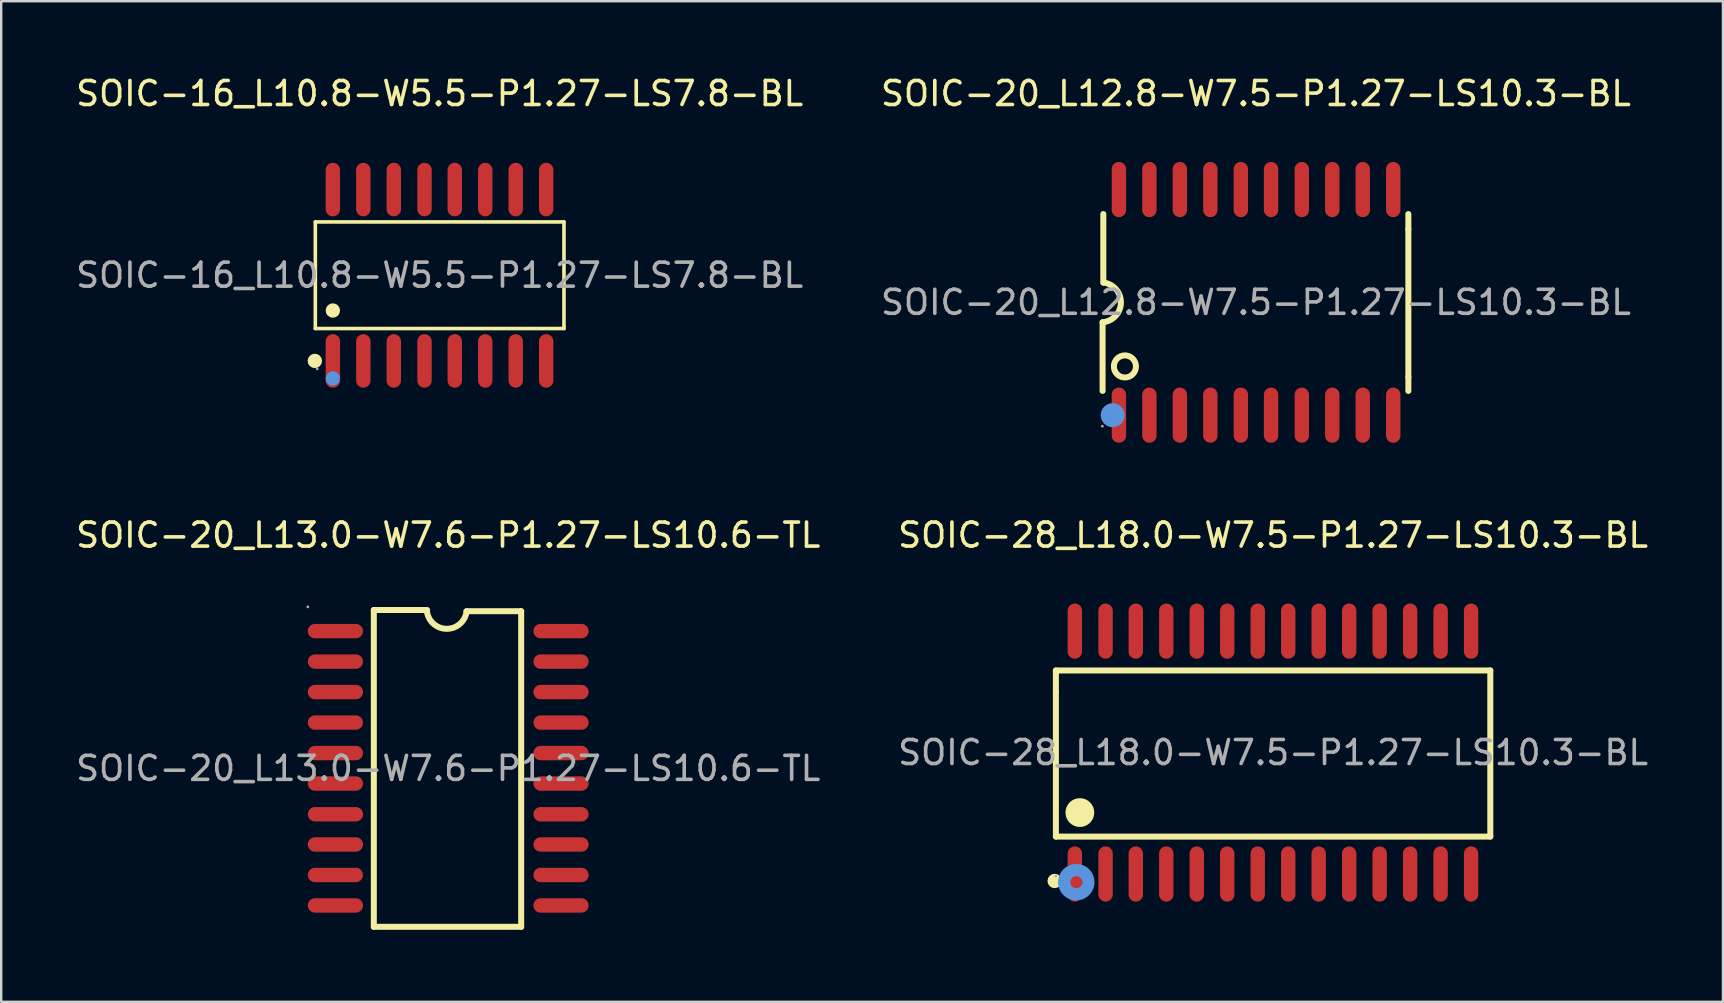
<source format=kicad_pcb>
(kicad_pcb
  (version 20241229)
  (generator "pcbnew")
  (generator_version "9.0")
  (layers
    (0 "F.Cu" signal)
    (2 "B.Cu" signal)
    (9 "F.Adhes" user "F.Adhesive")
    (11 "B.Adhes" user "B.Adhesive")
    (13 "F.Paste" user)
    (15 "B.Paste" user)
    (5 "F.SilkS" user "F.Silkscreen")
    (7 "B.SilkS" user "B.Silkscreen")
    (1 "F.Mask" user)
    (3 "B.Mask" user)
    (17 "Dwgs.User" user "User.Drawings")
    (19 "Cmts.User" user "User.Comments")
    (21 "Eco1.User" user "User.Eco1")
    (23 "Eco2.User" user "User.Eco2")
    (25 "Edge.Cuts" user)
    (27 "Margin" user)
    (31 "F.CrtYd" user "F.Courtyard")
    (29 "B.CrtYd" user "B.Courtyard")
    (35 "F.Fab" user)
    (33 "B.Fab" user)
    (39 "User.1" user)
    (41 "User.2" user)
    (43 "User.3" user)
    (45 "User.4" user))
  (footprint "SOIC-20_L12.8-W7.5-P1.27-LS10.3-BL"
    (layer "F.Cu")
    (at 49.28 9.548)
    (property "Reference" "SOIC-20_L12.8-W7.5-P1.27-LS10.3-BL" (at 0 -8.7 0) (layer "F.SilkS") (effects (font (size 1 1) (thickness 0.15))))
    (attr through_hole)
    (fp_line (start -6.39 0.83) (end -6.39 3.69) (stroke (width 0.25) (type solid)) (layer "F.SilkS"))
    (fp_line (start -6.36 -0.82) (end -6.36 -3.68) (stroke (width 0.25) (type solid)) (layer "F.SilkS"))
    (fp_line (start 6.35 -3.04) (end 6.35 -3.68) (stroke (width 0.25) (type solid)) (layer "F.SilkS"))
    (fp_line (start 6.35 -3.04) (end 6.35 3.1) (stroke (width 0.25) (type solid)) (layer "F.SilkS"))
    (fp_line (start 6.35 3.1) (end 6.35 3.69) (stroke (width 0.25) (type solid)) (layer "F.SilkS"))
    (fp_arc (start -6.349993 -0.82565) (mid -5.627297 0.020121) (end -6.39 0.83) (stroke (width 0.25) (type solid)) (layer "F.SilkS"))
    (fp_circle (center -5.46 2.67) (end -5 2.67) (stroke (width 0.25) (type solid)) (fill no) (layer "F.SilkS"))
    (fp_circle (center -5.97 4.7) (end -5.72 4.7) (stroke (width 0.5) (type solid)) (fill no) (layer "Cmts.User"))
    (fp_circle (center -6.4 5.16) (end -6.37 5.16) (stroke (width 0.06) (type solid)) (fill no) (layer "F.Fab"))
    (fp_text user "${REFERENCE}" (at 0 0 0) (layer "F.Fab") (effects (font (size 1 1) (thickness 0.15))))
    (pad "1" smd oval (at -5.71 4.7 180) (size 0.6 2.3) (layers "F.Cu" "F.Mask" "F.Paste"))
    (pad "2" smd oval (at -4.44 4.7 180) (size 0.6 2.3) (layers "F.Cu" "F.Mask" "F.Paste"))
    (pad "3" smd oval (at -3.17 4.7 180) (size 0.6 2.3) (layers "F.Cu" "F.Mask" "F.Paste"))
    (pad "4" smd oval (at -1.9 4.7 180) (size 0.6 2.3) (layers "F.Cu" "F.Mask" "F.Paste"))
    (pad "5" smd oval (at -0.63 4.7 180) (size 0.6 2.3) (layers "F.Cu" "F.Mask" "F.Paste"))
    (pad "6" smd oval (at 0.63 4.7 180) (size 0.6 2.3) (layers "F.Cu" "F.Mask" "F.Paste"))
    (pad "7" smd oval (at 1.91 4.7 180) (size 0.6 2.3) (layers "F.Cu" "F.Mask" "F.Paste"))
    (pad "8" smd oval (at 3.18 4.7 180) (size 0.6 2.3) (layers "F.Cu" "F.Mask" "F.Paste"))
    (pad "9" smd oval (at 4.45 4.7 180) (size 0.6 2.3) (layers "F.Cu" "F.Mask" "F.Paste"))
    (pad "10" smd oval (at 5.72 4.7 180) (size 0.6 2.3) (layers "F.Cu" "F.Mask" "F.Paste"))
    (pad "11" smd oval (at 5.72 -4.7 180) (size 0.6 2.3) (layers "F.Cu" "F.Mask" "F.Paste"))
    (pad "12" smd oval (at 4.45 -4.7 180) (size 0.6 2.3) (layers "F.Cu" "F.Mask" "F.Paste"))
    (pad "13" smd oval (at 3.18 -4.7 180) (size 0.6 2.3) (layers "F.Cu" "F.Mask" "F.Paste"))
    (pad "14" smd oval (at 1.91 -4.7 180) (size 0.6 2.3) (layers "F.Cu" "F.Mask" "F.Paste"))
    (pad "15" smd oval (at 0.63 -4.7 180) (size 0.6 2.3) (layers "F.Cu" "F.Mask" "F.Paste"))
    (pad "16" smd oval (at -0.63 -4.7 180) (size 0.6 2.3) (layers "F.Cu" "F.Mask" "F.Paste"))
    (pad "17" smd oval (at -1.9 -4.7 180) (size 0.6 2.3) (layers "F.Cu" "F.Mask" "F.Paste"))
    (pad "18" smd oval (at -3.17 -4.7 180) (size 0.6 2.3) (layers "F.Cu" "F.Mask" "F.Paste"))
    (pad "19" smd oval (at -4.44 -4.7 180) (size 0.6 2.3) (layers "F.Cu" "F.Mask" "F.Paste"))
    (pad "20" smd oval (at -5.71 -4.7 180) (size 0.6 2.3) (layers "F.Cu" "F.Mask" "F.Paste")))
  (footprint "SOIC-16_L10.8-W5.5-P1.27-LS7.8-BL"
    (layer "F.Cu")
    (at 15.268 8.418)
    (property "Reference" "SOIC-16_L10.8-W5.5-P1.27-LS7.8-BL" (at 0 -7.57 0) (layer "F.SilkS") (effects (font (size 1 1) (thickness 0.15))))
    (attr through_hole)
    (fp_line (start -5.18 -2.22) (end 5.18 -2.22) (stroke (width 0.15) (type solid)) (layer "F.SilkS"))
    (fp_line (start -5.18 2.22) (end -5.18 -2.22) (stroke (width 0.15) (type solid)) (layer "F.SilkS"))
    (fp_line (start 5.18 -2.22) (end 5.18 2.22) (stroke (width 0.15) (type solid)) (layer "F.SilkS"))
    (fp_line (start 5.18 2.22) (end -5.18 2.22) (stroke (width 0.15) (type solid)) (layer "F.SilkS"))
    (fp_circle (center -5.2 3.57) (end -5.05 3.57) (stroke (width 0.3) (type solid)) (fill no) (layer "F.SilkS"))
    (fp_circle (center -4.45 1.47) (end -4.3 1.47) (stroke (width 0.3) (type solid)) (fill no) (layer "F.SilkS"))
    (fp_circle (center -4.45 4.3) (end -4.3 4.3) (stroke (width 0.3) (type solid)) (fill no) (layer "Cmts.User"))
    (fp_circle (center -5.1 3.9) (end -5.07 3.9) (stroke (width 0.06) (type solid)) (fill no) (layer "F.Fab"))
    (fp_text user "${REFERENCE}" (at 0 0 0) (layer "F.Fab") (effects (font (size 1 1) (thickness 0.15))))
    (pad "1" smd oval (at -4.45 3.57) (size 0.6 2.23) (layers "F.Cu" "F.Mask" "F.Paste"))
    (pad "2" smd oval (at -3.18 3.57) (size 0.6 2.23) (layers "F.Cu" "F.Mask" "F.Paste"))
    (pad "3" smd oval (at -1.91 3.57) (size 0.6 2.23) (layers "F.Cu" "F.Mask" "F.Paste"))
    (pad "4" smd oval (at -0.63 3.57) (size 0.6 2.23) (layers "F.Cu" "F.Mask" "F.Paste"))
    (pad "5" smd oval (at 0.63 3.57) (size 0.6 2.23) (layers "F.Cu" "F.Mask" "F.Paste"))
    (pad "6" smd oval (at 1.9 3.57) (size 0.6 2.23) (layers "F.Cu" "F.Mask" "F.Paste"))
    (pad "7" smd oval (at 3.17 3.57) (size 0.6 2.23) (layers "F.Cu" "F.Mask" "F.Paste"))
    (pad "8" smd oval (at 4.44 3.57) (size 0.6 2.23) (layers "F.Cu" "F.Mask" "F.Paste"))
    (pad "9" smd oval (at 4.44 -3.57) (size 0.6 2.23) (layers "F.Cu" "F.Mask" "F.Paste"))
    (pad "10" smd oval (at 3.17 -3.57) (size 0.6 2.23) (layers "F.Cu" "F.Mask" "F.Paste"))
    (pad "11" smd oval (at 1.9 -3.57) (size 0.6 2.23) (layers "F.Cu" "F.Mask" "F.Paste"))
    (pad "12" smd oval (at 0.63 -3.57) (size 0.6 2.23) (layers "F.Cu" "F.Mask" "F.Paste"))
    (pad "13" smd oval (at -0.63 -3.57) (size 0.6 2.23) (layers "F.Cu" "F.Mask" "F.Paste"))
    (pad "14" smd oval (at -1.91 -3.57) (size 0.6 2.23) (layers "F.Cu" "F.Mask" "F.Paste"))
    (pad "15" smd oval (at -3.18 -3.57) (size 0.6 2.23) (layers "F.Cu" "F.Mask" "F.Paste"))
    (pad "16" smd oval (at -4.45 -3.57) (size 0.6 2.23) (layers "F.Cu" "F.Mask" "F.Paste")))
  (footprint "SOIC-28_L18.0-W7.5-P1.27-LS10.3-BL"
    (layer "F.Cu")
    (at 49.994 28.306)
    (property "Reference" "SOIC-28_L18.0-W7.5-P1.27-LS10.3-BL" (at 0 -9.06 0) (layer "F.SilkS") (effects (font (size 1 1) (thickness 0.15))))
    (attr through_hole)
    (fp_line (start -9.05 -3.42) (end 9.05 -3.42) (stroke (width 0.25) (type solid)) (layer "F.SilkS"))
    (fp_line (start -9.05 -2.5) (end -9.05 -3.42) (stroke (width 0.25) (type solid)) (layer "F.SilkS"))
    (fp_line (start -9.05 3.5) (end -9.05 -2.5) (stroke (width 0.25) (type solid)) (layer "F.SilkS"))
    (fp_line (start 9.05 -3.42) (end 9.05 3.5) (stroke (width 0.25) (type solid)) (layer "F.SilkS"))
    (fp_line (start 9.05 3.5) (end -9.05 3.5) (stroke (width 0.25) (type solid)) (layer "F.SilkS"))
    (fp_arc (start -9.1 5.35) (mid -9.1 5.35) (end -9.1 5.35) (stroke (width 0.3) (type solid)) (layer "F.SilkS"))
    (fp_arc (start -8.04 2.2) (mid -8.054999 2.800125) (end -8.050004 2.199833) (stroke (width 0.6) (type solid)) (layer "F.SilkS"))
    (fp_circle (center -8.2 5.4) (end -7.95 5.4) (stroke (width 0.51) (type solid)) (fill no) (layer "Cmts.User"))
    (fp_circle (center -9.05 5.15) (end -9.02 5.15) (stroke (width 0.06) (type solid)) (fill no) (layer "F.Fab"))
    (fp_text user "${REFERENCE}" (at 0 0 0) (layer "F.Fab") (effects (font (size 1 1) (thickness 0.15))))
    (pad "1" smd oval (at -8.26 5.06 180) (size 0.6 2.3) (layers "F.Cu" "F.Mask" "F.Paste"))
    (pad "2" smd oval (at -6.98 5.06 180) (size 0.6 2.3) (layers "F.Cu" "F.Mask" "F.Paste"))
    (pad "3" smd oval (at -5.72 5.06 180) (size 0.6 2.3) (layers "F.Cu" "F.Mask" "F.Paste"))
    (pad "4" smd oval (at -4.45 5.06 180) (size 0.6 2.3) (layers "F.Cu" "F.Mask" "F.Paste"))
    (pad "5" smd oval (at -3.18 5.06 180) (size 0.6 2.3) (layers "F.Cu" "F.Mask" "F.Paste"))
    (pad "6" smd oval (at -1.91 5.06 180) (size 0.6 2.3) (layers "F.Cu" "F.Mask" "F.Paste"))
    (pad "7" smd oval (at -0.64 5.06 180) (size 0.6 2.3) (layers "F.Cu" "F.Mask" "F.Paste"))
    (pad "8" smd oval (at 0.63 5.06 180) (size 0.6 2.3) (layers "F.Cu" "F.Mask" "F.Paste"))
    (pad "9" smd oval (at 1.9 5.06 180) (size 0.6 2.3) (layers "F.Cu" "F.Mask" "F.Paste"))
    (pad "10" smd oval (at 3.17 5.06 180) (size 0.6 2.3) (layers "F.Cu" "F.Mask" "F.Paste"))
    (pad "11" smd oval (at 4.44 5.06 180) (size 0.6 2.3) (layers "F.Cu" "F.Mask" "F.Paste"))
    (pad "12" smd oval (at 5.71 5.06 180) (size 0.6 2.3) (layers "F.Cu" "F.Mask" "F.Paste"))
    (pad "13" smd oval (at 6.98 5.06 180) (size 0.6 2.3) (layers "F.Cu" "F.Mask" "F.Paste"))
    (pad "14" smd oval (at 8.25 5.06 180) (size 0.6 2.3) (layers "F.Cu" "F.Mask" "F.Paste"))
    (pad "15" smd oval (at 8.25 -5.06 180) (size 0.6 2.3) (layers "F.Cu" "F.Mask" "F.Paste"))
    (pad "16" smd oval (at 6.98 -5.06 180) (size 0.6 2.3) (layers "F.Cu" "F.Mask" "F.Paste"))
    (pad "17" smd oval (at 5.71 -5.06 180) (size 0.6 2.3) (layers "F.Cu" "F.Mask" "F.Paste"))
    (pad "18" smd oval (at 4.44 -5.06 180) (size 0.6 2.3) (layers "F.Cu" "F.Mask" "F.Paste"))
    (pad "19" smd oval (at 3.17 -5.06 180) (size 0.6 2.3) (layers "F.Cu" "F.Mask" "F.Paste"))
    (pad "20" smd oval (at 1.9 -5.06 180) (size 0.6 2.3) (layers "F.Cu" "F.Mask" "F.Paste"))
    (pad "21" smd oval (at 0.63 -5.06 180) (size 0.6 2.3) (layers "F.Cu" "F.Mask" "F.Paste"))
    (pad "22" smd oval (at -0.64 -5.06 180) (size 0.6 2.3) (layers "F.Cu" "F.Mask" "F.Paste"))
    (pad "23" smd oval (at -1.91 -5.06 180) (size 0.6 2.3) (layers "F.Cu" "F.Mask" "F.Paste"))
    (pad "24" smd oval (at -3.18 -5.06 180) (size 0.6 2.3) (layers "F.Cu" "F.Mask" "F.Paste"))
    (pad "25" smd oval (at -4.45 -5.06 180) (size 0.6 2.3) (layers "F.Cu" "F.Mask" "F.Paste"))
    (pad "26" smd oval (at -5.72 -5.06 180) (size 0.6 2.3) (layers "F.Cu" "F.Mask" "F.Paste"))
    (pad "27" smd oval (at -6.98 -5.06 180) (size 0.6 2.3) (layers "F.Cu" "F.Mask" "F.Paste"))
    (pad "28" smd oval (at -8.26 -5.06 180) (size 0.6 2.3) (layers "F.Cu" "F.Mask" "F.Paste")))
  (footprint "SOIC-20_L13.0-W7.6-P1.27-LS10.6-TL"
    (layer "F.Cu")
    (at 15.625 28.966)
    (property "Reference" "SOIC-20_L13.0-W7.6-P1.27-LS10.6-TL" (at 0 -9.72 0) (layer "F.SilkS") (effects (font (size 1 1) (thickness 0.15))))
    (attr through_hole)
    (fp_line (start -3.1 -6.6) (end -0.88 -6.6) (stroke (width 0.25) (type solid)) (layer "F.SilkS"))
    (fp_line (start -3.1 6.6) (end -3.1 -6.6) (stroke (width 0.25) (type solid)) (layer "F.SilkS"))
    (fp_line (start 0.76 -6.55) (end 3.04 -6.55) (stroke (width 0.25) (type solid)) (layer "F.SilkS"))
    (fp_line (start 3.04 -6.55) (end 3.04 6.6) (stroke (width 0.25) (type solid)) (layer "F.SilkS"))
    (fp_line (start 3.04 6.6) (end -3.1 6.6) (stroke (width 0.25) (type solid)) (layer "F.SilkS"))
    (fp_arc (start 0.767623 -6.548314) (mid -0.070908 -5.816225) (end -0.89 -6.57) (stroke (width 0.25) (type solid)) (layer "F.SilkS"))
    (fp_circle (center -5.85 -6.73) (end -5.82 -6.73) (stroke (width 0.06) (type solid)) (fill no) (layer "F.Fab"))
    (fp_text user "${REFERENCE}" (at 0 0 0) (layer "F.Fab") (effects (font (size 1 1) (thickness 0.15))))
    (pad "1" smd oval (at -4.7 -5.72 90) (size 0.6 2.3) (layers "F.Cu" "F.Mask" "F.Paste"))
    (pad "2" smd oval (at -4.7 -4.45 90) (size 0.6 2.3) (layers "F.Cu" "F.Mask" "F.Paste"))
    (pad "3" smd oval (at -4.7 -3.18 90) (size 0.6 2.3) (layers "F.Cu" "F.Mask" "F.Paste"))
    (pad "4" smd oval (at -4.7 -1.91 90) (size 0.6 2.3) (layers "F.Cu" "F.Mask" "F.Paste"))
    (pad "5" smd oval (at -4.7 -0.64 90) (size 0.6 2.3) (layers "F.Cu" "F.Mask" "F.Paste"))
    (pad "6" smd oval (at -4.7 0.63 90) (size 0.6 2.3) (layers "F.Cu" "F.Mask" "F.Paste"))
    (pad "7" smd oval (at -4.7 1.91 90) (size 0.6 2.3) (layers "F.Cu" "F.Mask" "F.Paste"))
    (pad "8" smd oval (at -4.7 3.17 90) (size 0.6 2.3) (layers "F.Cu" "F.Mask" "F.Paste"))
    (pad "9" smd oval (at -4.7 4.44 90) (size 0.6 2.3) (layers "F.Cu" "F.Mask" "F.Paste"))
    (pad "10" smd oval (at -4.7 5.71 90) (size 0.6 2.3) (layers "F.Cu" "F.Mask" "F.Paste"))
    (pad "11" smd oval (at 4.7 5.71 90) (size 0.6 2.3) (layers "F.Cu" "F.Mask" "F.Paste"))
    (pad "12" smd oval (at 4.7 4.44 90) (size 0.6 2.3) (layers "F.Cu" "F.Mask" "F.Paste"))
    (pad "13" smd oval (at 4.7 3.17 90) (size 0.6 2.3) (layers "F.Cu" "F.Mask" "F.Paste"))
    (pad "14" smd oval (at 4.7 1.91 90) (size 0.6 2.3) (layers "F.Cu" "F.Mask" "F.Paste"))
    (pad "15" smd oval (at 4.7 0.63 90) (size 0.6 2.3) (layers "F.Cu" "F.Mask" "F.Paste"))
    (pad "16" smd oval (at 4.7 -0.64 90) (size 0.6 2.3) (layers "F.Cu" "F.Mask" "F.Paste"))
    (pad "17" smd oval (at 4.7 -1.91 90) (size 0.6 2.3) (layers "F.Cu" "F.Mask" "F.Paste"))
    (pad "18" smd oval (at 4.7 -3.18 90) (size 0.6 2.3) (layers "F.Cu" "F.Mask" "F.Paste"))
    (pad "19" smd oval (at 4.7 -4.45 90) (size 0.6 2.3) (layers "F.Cu" "F.Mask" "F.Paste"))
    (pad "20" smd oval (at 4.7 -5.72 90) (size 0.6 2.3) (layers "F.Cu" "F.Mask" "F.Paste")))
  (gr_rect
    (start -3 -3)
    (end 68.738 38.691)
    (stroke (width 0.1) (type default))
    (fill no)
    (layer "Edge.Cuts")))
</source>
